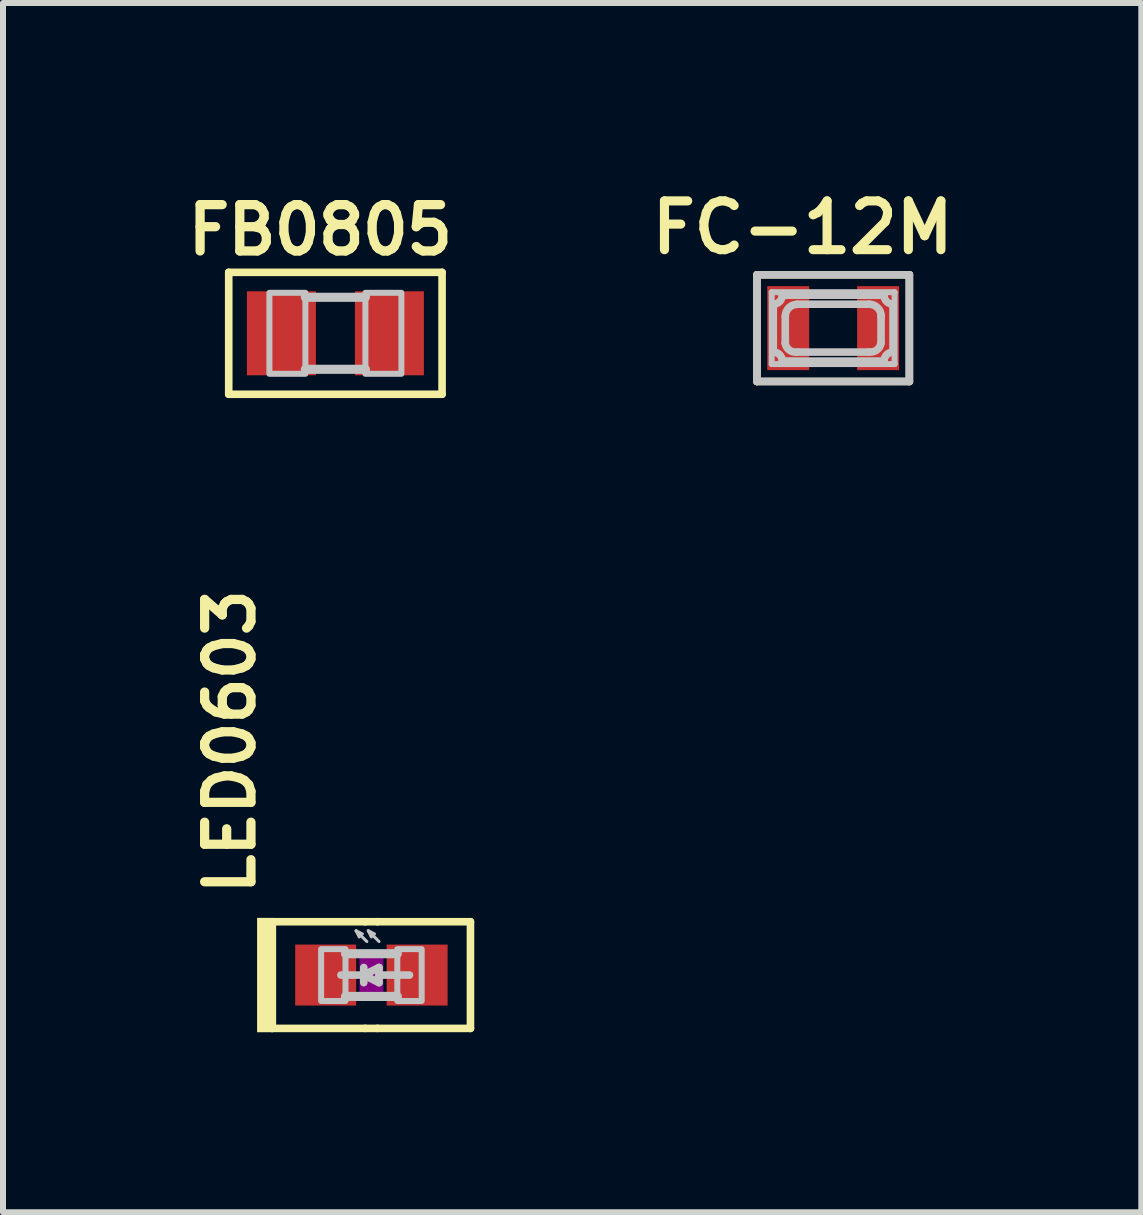
<source format=kicad_pcb>
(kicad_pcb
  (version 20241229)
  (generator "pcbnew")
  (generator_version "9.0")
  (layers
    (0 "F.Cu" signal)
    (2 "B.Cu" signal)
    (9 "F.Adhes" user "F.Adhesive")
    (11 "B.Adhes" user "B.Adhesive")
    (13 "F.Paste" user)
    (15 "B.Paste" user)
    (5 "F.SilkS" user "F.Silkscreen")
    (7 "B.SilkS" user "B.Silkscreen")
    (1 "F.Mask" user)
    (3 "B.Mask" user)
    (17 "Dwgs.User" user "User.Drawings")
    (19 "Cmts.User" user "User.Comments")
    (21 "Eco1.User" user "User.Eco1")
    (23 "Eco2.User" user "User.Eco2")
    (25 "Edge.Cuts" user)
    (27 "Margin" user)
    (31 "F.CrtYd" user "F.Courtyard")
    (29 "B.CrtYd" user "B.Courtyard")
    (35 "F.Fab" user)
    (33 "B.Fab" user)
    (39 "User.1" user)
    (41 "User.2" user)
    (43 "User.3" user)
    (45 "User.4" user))
  (footprint "LED0603"
    (layer "F.Cu")
    (at 3.14 13.201)
    (property "Reference" "LED0603" (at -1.905 -1.27 90) (layer "F.SilkS") (effects (font (size 0.772 0.772) (thickness 0.154)) (justify left bottom)))
    (attr through_hole)
    (fp_line (start -1.651 -0.889) (end -1.651 0.889) (stroke (width 0.127) (type solid)) (layer "F.SilkS"))
    (fp_line (start -1.651 0.889) (end -0.102 0.889) (stroke (width 0.127) (type solid)) (layer "F.SilkS"))
    (fp_line (start -0.102 -0.889) (end -1.651 -0.889) (stroke (width 0.127) (type solid)) (layer "F.SilkS"))
    (fp_line (start -0.102 0.889) (end 0.102 0.889) (stroke (width 0.127) (type solid)) (layer "F.SilkS"))
    (fp_line (start 0.102 -0.889) (end -0.102 -0.889) (stroke (width 0.127) (type solid)) (layer "F.SilkS"))
    (fp_line (start 0.102 0.889) (end 1.651 0.889) (stroke (width 0.127) (type solid)) (layer "F.SilkS"))
    (fp_line (start 1.651 -0.889) (end 0.102 -0.889) (stroke (width 0.127) (type solid)) (layer "F.SilkS"))
    (fp_line (start 1.651 0.889) (end 1.651 -0.889) (stroke (width 0.127) (type solid)) (layer "F.SilkS"))
    (fp_poly (pts (xy -1.905 0.953) (xy -1.651 0.953) (xy -1.651 -0.953) (xy -1.905 -0.953)) (stroke (width 0) (type solid)) (fill yes) (layer "F.SilkS"))
    (fp_poly (pts (xy -0.2 0.4) (xy 0.2 0.4) (xy 0.2 -0.4) (xy -0.2 -0.4)) (stroke (width 0) (type solid)) (fill yes) (layer "F.Adhes"))
    (fp_line (start -0.432 0.356) (end 0.432 0.356) (stroke (width 0.152) (type solid)) (layer "Dwgs.User"))
    (fp_line (start -0.254 -0.737) (end -0.203 -0.635) (stroke (width 0.051) (type solid)) (layer "Dwgs.User"))
    (fp_line (start -0.254 -0.737) (end -0.152 -0.686) (stroke (width 0.051) (type solid)) (layer "Dwgs.User"))
    (fp_line (start -0.254 -0.737) (end -0.076 -0.559) (stroke (width 0.051) (type solid)) (layer "Dwgs.User"))
    (fp_line (start -0.127 0) (end -0.508 0) (stroke (width 0.127) (type solid)) (layer "Dwgs.User"))
    (fp_line (start -0.127 0) (end -0.127 -0.127) (stroke (width 0.127) (type solid)) (layer "Dwgs.User"))
    (fp_line (start -0.127 0) (end -0.127 0.127) (stroke (width 0.127) (type solid)) (layer "Dwgs.User"))
    (fp_line (start -0.127 0) (end 0.127 -0.127) (stroke (width 0.127) (type solid)) (layer "Dwgs.User"))
    (fp_line (start -0.051 -0.737) (end 0 -0.635) (stroke (width 0.051) (type solid)) (layer "Dwgs.User"))
    (fp_line (start -0.051 -0.737) (end 0.051 -0.686) (stroke (width 0.051) (type solid)) (layer "Dwgs.User"))
    (fp_line (start -0.051 -0.737) (end 0.127 -0.559) (stroke (width 0.051) (type solid)) (layer "Dwgs.User"))
    (fp_line (start 0.127 -0.127) (end 0.127 0) (stroke (width 0.127) (type solid)) (layer "Dwgs.User"))
    (fp_line (start 0.127 0) (end 0.127 0.127) (stroke (width 0.127) (type solid)) (layer "Dwgs.User"))
    (fp_line (start 0.127 0) (end 0.635 0) (stroke (width 0.127) (type solid)) (layer "Dwgs.User"))
    (fp_line (start 0.127 0.127) (end -0.127 0) (stroke (width 0.127) (type solid)) (layer "Dwgs.User"))
    (fp_line (start 0.432 -0.356) (end -0.432 -0.356) (stroke (width 0.152) (type solid)) (layer "Dwgs.User"))
    (fp_poly (pts (xy -0.838 0.432) (xy -0.432 0.432) (xy -0.432 -0.432) (xy -0.838 -0.432)) (stroke (width 0.1) (type solid)) (fill no) (layer "Dwgs.User"))
    (fp_poly (pts (xy 0.432 0.432) (xy 0.838 0.432) (xy 0.838 -0.432) (xy 0.432 -0.432)) (stroke (width 0.1) (type solid)) (fill no) (layer "Dwgs.User"))
    (pad "1" smd rect (at -0.762 0) (size 1.016 1.016) (layers "F.Cu" "F.Mask" "F.Paste"))
    (pad "2" smd rect (at 0.762 0) (size 1.016 1.016) (layers "F.Cu" "F.Mask" "F.Paste")))
  (footprint "FB0805"
    (layer "F.Cu")
    (at 2.54 2.505)
    (property "Reference" "FB0805" (at -2.54 -1.27 180) (layer "F.SilkS") (effects (font (size 0.772 0.772) (thickness 0.154)) (justify left bottom)))
    (attr through_hole)
    (fp_line (start -1.778 -1.016) (end -1.778 1.016) (stroke (width 0.127) (type solid)) (layer "F.SilkS"))
    (fp_line (start -1.778 1.016) (end 1.778 1.016) (stroke (width 0.127) (type solid)) (layer "F.SilkS"))
    (fp_line (start 1.778 -1.016) (end -1.778 -1.016) (stroke (width 0.127) (type solid)) (layer "F.SilkS"))
    (fp_line (start 1.778 1.016) (end 1.778 -1.016) (stroke (width 0.127) (type solid)) (layer "F.SilkS"))
    (fp_line (start -0.5 -0.6) (end 0.5 -0.6) (stroke (width 0.152) (type solid)) (layer "Dwgs.User"))
    (fp_line (start -0.5 0.6) (end 0.5 0.6) (stroke (width 0.152) (type solid)) (layer "Dwgs.User"))
    (fp_poly (pts (xy -1.1 0.675) (xy -0.5 0.675) (xy -0.5 -0.675) (xy -1.1 -0.675)) (stroke (width 0.1) (type solid)) (fill no) (layer "Dwgs.User"))
    (fp_poly (pts (xy 0.5 0.675) (xy 1.1 0.675) (xy 1.1 -0.675) (xy 0.5 -0.675)) (stroke (width 0.1) (type solid)) (fill no) (layer "Dwgs.User"))
    (pad "1" smd rect (at -0.9 0) (size 1.15 1.4) (layers "F.Cu" "F.Mask" "F.Paste"))
    (pad "2" smd rect (at 0.9 0) (size 1.15 1.4) (layers "F.Cu" "F.Mask" "F.Paste")))
  (footprint "FC-12M"
    (layer "F.Cu")
    (at 10.836 2.419)
    (property "Reference" "FC-12M" (at -0.508 -1.676 0) (layer "F.SilkS") (effects (font (size 0.813 0.813) (thickness 0.152))))
    (attr smd)
    (fp_line (start -1.27 -0.889) (end 1.27 -0.889) (stroke (width 0.127) (type solid)) (layer "F.SilkS"))
    (fp_line (start -1.27 0.889) (end -1.27 -0.889) (stroke (width 0.127) (type solid)) (layer "F.SilkS"))
    (fp_line (start 1.27 -0.889) (end 1.27 0.889) (stroke (width 0.127) (type solid)) (layer "F.SilkS"))
    (fp_line (start 1.27 0.889) (end -1.27 0.889) (stroke (width 0.127) (type solid)) (layer "F.SilkS"))
    (fp_line (start -1.27 -0.889) (end 1.27 -0.889) (stroke (width 0.127) (type solid)) (layer "Dwgs.User"))
    (fp_line (start -1.27 0.889) (end -1.27 -0.889) (stroke (width 0.127) (type solid)) (layer "Dwgs.User"))
    (fp_line (start -1.024 -0.599) (end -1.024 0.599) (stroke (width 0.1) (type solid)) (layer "Dwgs.User"))
    (fp_line (start -1.024 0.599) (end 1.024 0.599) (stroke (width 0.1) (type solid)) (layer "Dwgs.User"))
    (fp_line (start -0.998 0.399) (end -0.998 -0.399) (stroke (width 0.127) (type solid)) (layer "Dwgs.User"))
    (fp_line (start -0.848 -0.549) (end 0.848 -0.549) (stroke (width 0.127) (type solid)) (layer "Dwgs.User"))
    (fp_line (start -0.798 0.249) (end -0.798 -0.198) (stroke (width 0.127) (type solid)) (layer "Dwgs.User"))
    (fp_line (start -0.599 -0.399) (end 0.599 -0.399) (stroke (width 0.127) (type solid)) (layer "Dwgs.User"))
    (fp_line (start -0.599 0.399) (end 0.599 0.399) (stroke (width 0.127) (type solid)) (layer "Dwgs.User"))
    (fp_line (start 0.798 -0.198) (end 0.798 0.249) (stroke (width 0.127) (type solid)) (layer "Dwgs.User"))
    (fp_line (start 0.848 0.549) (end -0.848 0.549) (stroke (width 0.127) (type solid)) (layer "Dwgs.User"))
    (fp_line (start 0.998 -0.399) (end 0.998 0.399) (stroke (width 0.127) (type solid)) (layer "Dwgs.User"))
    (fp_line (start 1.024 -0.599) (end -1.024 -0.599) (stroke (width 0.1) (type solid)) (layer "Dwgs.User"))
    (fp_line (start 1.024 0.599) (end 1.024 -0.599) (stroke (width 0.1) (type solid)) (layer "Dwgs.User"))
    (fp_line (start 1.27 -0.889) (end 1.27 0.889) (stroke (width 0.127) (type solid)) (layer "Dwgs.User"))
    (fp_line (start 1.27 0.889) (end -1.27 0.889) (stroke (width 0.127) (type solid)) (layer "Dwgs.User"))
    (fp_arc (start -0.99822 0.39878) (mid -0.892253 0.442673) (end -0.84836 0.54864) (stroke (width 0.127) (type solid)) (layer "Dwgs.User"))
    (fp_arc (start -0.84836 -0.54864) (mid -0.892253 -0.442673) (end -0.99822 -0.39878) (stroke (width 0.127) (type solid)) (layer "Dwgs.User"))
    (fp_arc (start -0.79756 -0.19812) (mid -0.739532 -0.338212) (end -0.59944 -0.39624) (stroke (width 0.127) (type solid)) (layer "Dwgs.User"))
    (fp_arc (start -0.59944 0.39878) (mid -0.730807 0.365408) (end -0.8001 0.24892) (stroke (width 0.127) (type solid)) (layer "Dwgs.User"))
    (fp_arc (start 0.59944 -0.39878) (mid 0.741328 -0.340008) (end 0.8001 -0.19812) (stroke (width 0.127) (type solid)) (layer "Dwgs.User"))
    (fp_arc (start 0.79756 0.24892) (mid 0.729011 0.363612) (end 0.59944 0.39624) (stroke (width 0.127) (type solid)) (layer "Dwgs.User"))
    (fp_arc (start 0.84836 0.54864) (mid 0.892253 0.442673) (end 0.99822 0.39878) (stroke (width 0.127) (type solid)) (layer "Dwgs.User"))
    (fp_arc (start 0.99822 -0.39878) (mid 0.892253 -0.442673) (end 0.84836 -0.54864) (stroke (width 0.127) (type solid)) (layer "Dwgs.User"))
    (pad "1" smd rect (at -0.749 0 90) (size 1.4 0.699) (layers "F.Cu" "F.Mask" "F.Paste"))
    (pad "2" smd rect (at 0.749 0 90) (size 1.4 0.699) (layers "F.Cu" "F.Mask" "F.Paste")))
  (gr_rect
    (start -3 -3)
    (end 15.972 17.154)
    (stroke (width 0.1) (type default))
    (fill no)
    (layer "Edge.Cuts")))
</source>
